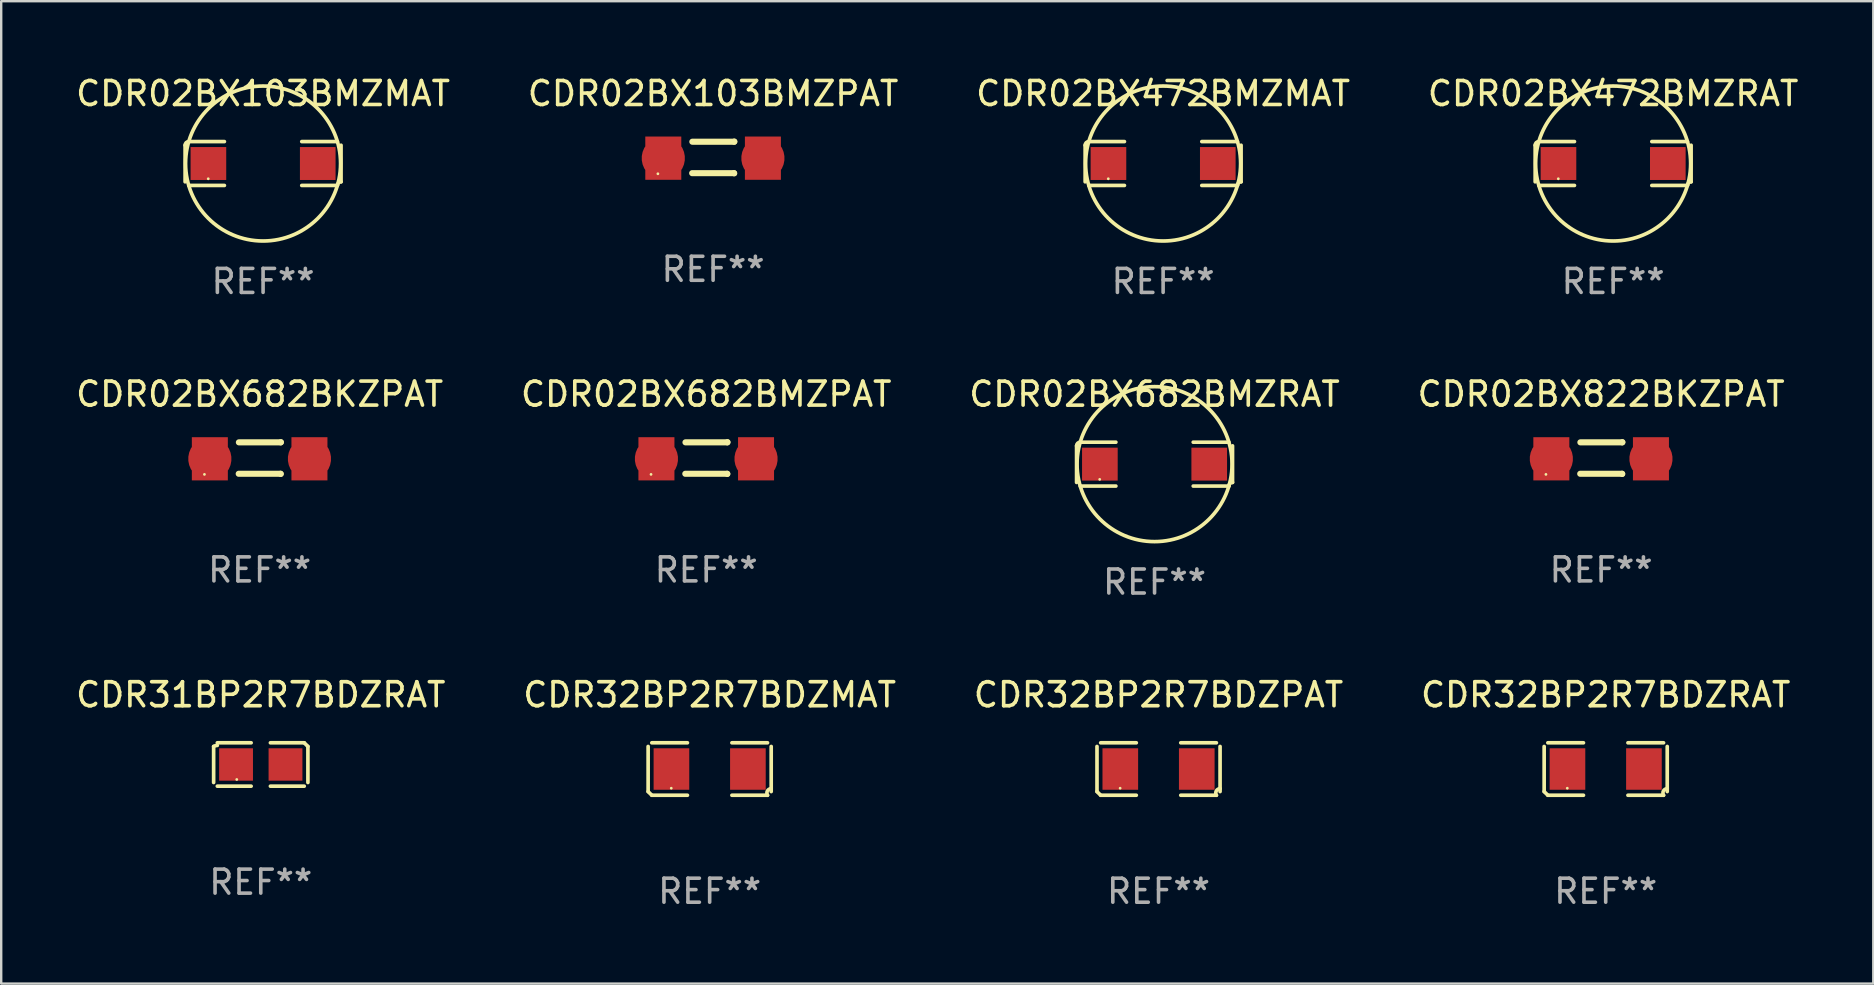
<source format=kicad_pcb>
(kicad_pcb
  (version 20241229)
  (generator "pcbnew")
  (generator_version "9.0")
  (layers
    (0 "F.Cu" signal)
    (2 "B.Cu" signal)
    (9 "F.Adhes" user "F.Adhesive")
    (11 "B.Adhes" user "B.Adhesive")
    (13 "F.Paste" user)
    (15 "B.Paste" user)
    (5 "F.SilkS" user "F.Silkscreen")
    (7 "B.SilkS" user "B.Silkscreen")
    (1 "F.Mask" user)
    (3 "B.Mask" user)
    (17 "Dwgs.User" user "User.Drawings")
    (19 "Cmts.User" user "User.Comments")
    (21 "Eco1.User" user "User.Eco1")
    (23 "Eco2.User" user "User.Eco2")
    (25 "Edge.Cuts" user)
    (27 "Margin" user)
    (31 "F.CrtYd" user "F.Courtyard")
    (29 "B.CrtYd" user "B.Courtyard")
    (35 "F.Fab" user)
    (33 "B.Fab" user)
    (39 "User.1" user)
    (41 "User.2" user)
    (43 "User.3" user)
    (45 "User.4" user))
  (footprint "CDR02BX682BMZPAT"
    (layer "F.Cu")
    (at 26.375 16.035)
    (property "Reference" "CDR02BX682BMZPAT" (at 0 -2.662 0) (layer "F.SilkS") (effects (font (size 1 1) (thickness 0.15))))
    (attr through_hole)
    (fp_line (start -0.872 0.655) (end 0.873 0.655) (stroke (width 0.254) (type solid)) (layer "F.SilkS"))
    (fp_line (start -0.865 -0.655) (end 0.88 -0.655) (stroke (width 0.254) (type solid)) (layer "F.SilkS"))
    (fp_line (start 0.873 0.655) (end 0.88 0.662) (stroke (width 0.254) (type solid)) (layer "F.SilkS"))
    (fp_line (start 0.88 -0.655) (end 0.886 -0.662) (stroke (width 0.254) (type solid)) (layer "F.SilkS"))
    (fp_circle (center -2.3 0.68) (end -2.27 0.68) (stroke (width 0.06) (type solid)) (fill no) (layer "F.SilkS"))
    (fp_text user "REF**" (at 0 4.662 0) (layer "F.Fab") (effects (font (size 1 1) (thickness 0.15))))
    (pad "1" smd custom (at -2.075 0.03 90) (size 1.8 1.5) (layers "F.Cu" "F.Mask" "F.Paste") (options (anchor circle)) (primitives (gr_poly (pts (xy -0.9 0.75) (xy -0.9 -0.75) (xy 0.9 -0.75) (xy 0.9 0.75)) (width 0) (fill yes))))
    (pad "2" smd custom (at 2.075 0.03 90) (size 1.8 1.5) (layers "F.Cu" "F.Mask" "F.Paste") (options (anchor circle)) (primitives (gr_poly (pts (xy -0.9 0.75) (xy -0.9 -0.75) (xy 0.9 -0.75) (xy 0.9 0.75)) (width 0) (fill yes)))))
  (footprint "CDR02BX682BKZPAT"
    (layer "F.Cu")
    (at 7.768 16.035)
    (property "Reference" "CDR02BX682BKZPAT" (at 0 -2.662 0) (layer "F.SilkS") (effects (font (size 1 1) (thickness 0.15))))
    (attr through_hole)
    (fp_line (start -0.872 0.655) (end 0.873 0.655) (stroke (width 0.254) (type solid)) (layer "F.SilkS"))
    (fp_line (start -0.865 -0.655) (end 0.88 -0.655) (stroke (width 0.254) (type solid)) (layer "F.SilkS"))
    (fp_line (start 0.873 0.655) (end 0.88 0.662) (stroke (width 0.254) (type solid)) (layer "F.SilkS"))
    (fp_line (start 0.88 -0.655) (end 0.886 -0.662) (stroke (width 0.254) (type solid)) (layer "F.SilkS"))
    (fp_circle (center -2.3 0.68) (end -2.27 0.68) (stroke (width 0.06) (type solid)) (fill no) (layer "F.SilkS"))
    (fp_text user "REF**" (at 0 4.662 0) (layer "F.Fab") (effects (font (size 1 1) (thickness 0.15))))
    (pad "1" smd custom (at -2.075 0.03 90) (size 1.8 1.5) (layers "F.Cu" "F.Mask" "F.Paste") (options (anchor circle)) (primitives (gr_poly (pts (xy -0.9 0.75) (xy -0.9 -0.75) (xy 0.9 -0.75) (xy 0.9 0.75)) (width 0) (fill yes))))
    (pad "2" smd custom (at 2.075 0.03 90) (size 1.8 1.5) (layers "F.Cu" "F.Mask" "F.Paste") (options (anchor circle)) (primitives (gr_poly (pts (xy -0.9 0.75) (xy -0.9 -0.75) (xy 0.9 -0.75) (xy 0.9 0.75)) (width 0) (fill yes)))))
  (footprint "CDR31BP2R7BDZRAT"
    (layer "F.Cu")
    (at 7.815 28.802)
    (property "Reference" "CDR31BP2R7BDZRAT" (at 0 -2.904 0) (layer "F.SilkS") (effects (font (size 1 1) (thickness 0.15))))
    (attr through_hole)
    (fp_line (start -1.964 0.751) (end -1.964 -0.751) (stroke (width 0.152) (type solid)) (layer "F.SilkS"))
    (fp_line (start -1.811 -0.904) (end -0.401 -0.904) (stroke (width 0.152) (type solid)) (layer "F.SilkS"))
    (fp_line (start -0.401 0.904) (end -1.811 0.904) (stroke (width 0.152) (type solid)) (layer "F.SilkS"))
    (fp_line (start 0.401 0.904) (end 1.811 0.904) (stroke (width 0.152) (type solid)) (layer "F.SilkS"))
    (fp_line (start 1.811 -0.904) (end 0.401 -0.904) (stroke (width 0.152) (type solid)) (layer "F.SilkS"))
    (fp_line (start 1.964 0.751) (end 1.964 -0.751) (stroke (width 0.152) (type solid)) (layer "F.SilkS"))
    (fp_arc (start -1.963602 -0.751207) (mid -1.890354 -0.783131) (end -1.811201 -0.794044) (stroke (width 0.1524) (type solid)) (layer "F.SilkS"))
    (fp_arc (start 1.811202 -0.903607) (mid 1.887413 -0.827418) (end 1.963602 -0.751207) (stroke (width 0.1524) (type solid)) (layer "F.SilkS"))
    (fp_circle (center -1 0.625) (end -0.97 0.625) (stroke (width 0.06) (type solid)) (fill no) (layer "F.SilkS"))
    (fp_text user "REF**" (at 0 4.904 0) (layer "F.Fab") (effects (font (size 1 1) (thickness 0.15))))
    (pad "1" smd rect (at -1.03 0) (size 1.41 1.35) (layers "F.Cu" "F.Mask" "F.Paste"))
    (pad "2" smd rect (at 1.03 0) (size 1.41 1.35) (layers "F.Cu" "F.Mask" "F.Paste")))
  (footprint "CDR02BX472BMZMAT"
    (layer "F.Cu")
    (at 45.411 3.763)
    (property "Reference" "CDR02BX472BMZMAT" (at 0 -2.914 0) (layer "F.SilkS") (effects (font (size 1 1) (thickness 0.15))))
    (attr through_hole)
    (fp_line (start -3.249 -0.762) (end -3.249 0.762) (stroke (width 0.152) (type solid)) (layer "F.SilkS"))
    (fp_line (start -3.096 0.914) (end -1.611 0.914) (stroke (width 0.152) (type solid)) (layer "F.SilkS"))
    (fp_line (start -1.611 -0.914) (end -3.096 -0.914) (stroke (width 0.152) (type solid)) (layer "F.SilkS"))
    (fp_line (start 1.611 -0.914) (end 3.096 -0.914) (stroke (width 0.152) (type solid)) (layer "F.SilkS"))
    (fp_line (start 3.096 0.914) (end 1.611 0.914) (stroke (width 0.152) (type solid)) (layer "F.SilkS"))
    (fp_line (start 3.249 -0.762) (end 3.249 0.762) (stroke (width 0.152) (type solid)) (layer "F.SilkS"))
    (fp_arc (start -3.2486 -0.761999) (mid -3.203963 -0.869762) (end -3.0962 -0.914399) (stroke (width 0.1524) (type solid)) (layer "F.SilkS"))
    (fp_arc (start -3.2486 0.761999) (mid 3.248622 -0.762021) (end -3.2486 0.761999) (stroke (width 0.1524) (type solid)) (layer "F.SilkS"))
    (fp_arc (start 3.0962 -0.914399) (mid -3.096178 0.914377) (end 3.0962 -0.914399) (stroke (width 0.1524) (type solid)) (layer "F.SilkS"))
    (fp_arc (start 3.0962 0.914399) (mid 3.140837 0.806636) (end 3.2486 0.761999) (stroke (width 0.1524) (type solid)) (layer "F.SilkS"))
    (fp_circle (center -2.285 0.635) (end -2.255 0.635) (stroke (width 0.06) (type solid)) (fill no) (layer "F.SilkS"))
    (fp_text user "REF**" (at 0 4.914 0) (layer "F.Fab") (effects (font (size 1 1) (thickness 0.15))))
    (pad "1" smd rect (at -2.278 0) (size 1.485 1.372) (layers "F.Cu" "F.Mask" "F.Paste"))
    (pad "2" smd rect (at 2.278 0) (size 1.485 1.372) (layers "F.Cu" "F.Mask" "F.Paste")))
  (footprint "CDR02BX822BKZPAT"
    (layer "F.Cu")
    (at 63.661 16.035)
    (property "Reference" "CDR02BX822BKZPAT" (at 0 -2.662 0) (layer "F.SilkS") (effects (font (size 1 1) (thickness 0.15))))
    (attr through_hole)
    (fp_line (start -0.872 0.655) (end 0.873 0.655) (stroke (width 0.254) (type solid)) (layer "F.SilkS"))
    (fp_line (start -0.865 -0.655) (end 0.88 -0.655) (stroke (width 0.254) (type solid)) (layer "F.SilkS"))
    (fp_line (start 0.873 0.655) (end 0.88 0.662) (stroke (width 0.254) (type solid)) (layer "F.SilkS"))
    (fp_line (start 0.88 -0.655) (end 0.886 -0.662) (stroke (width 0.254) (type solid)) (layer "F.SilkS"))
    (fp_circle (center -2.3 0.68) (end -2.27 0.68) (stroke (width 0.06) (type solid)) (fill no) (layer "F.SilkS"))
    (fp_text user "REF**" (at 0 4.662 0) (layer "F.Fab") (effects (font (size 1 1) (thickness 0.15))))
    (pad "1" smd custom (at -2.075 0.03 90) (size 1.8 1.5) (layers "F.Cu" "F.Mask" "F.Paste") (options (anchor circle)) (primitives (gr_poly (pts (xy -0.9 0.75) (xy -0.9 -0.75) (xy 0.9 -0.75) (xy 0.9 0.75)) (width 0) (fill yes))))
    (pad "2" smd custom (at 2.075 0.03 90) (size 1.8 1.5) (layers "F.Cu" "F.Mask" "F.Paste") (options (anchor circle)) (primitives (gr_poly (pts (xy -0.9 0.75) (xy -0.9 -0.75) (xy 0.9 -0.75) (xy 0.9 0.75)) (width 0) (fill yes)))))
  (footprint "CDR02BX103BMZPAT"
    (layer "F.Cu")
    (at 26.661 3.51)
    (property "Reference" "CDR02BX103BMZPAT" (at 0 -2.662 0) (layer "F.SilkS") (effects (font (size 1 1) (thickness 0.15))))
    (attr through_hole)
    (fp_line (start -0.872 0.655) (end 0.873 0.655) (stroke (width 0.254) (type solid)) (layer "F.SilkS"))
    (fp_line (start -0.865 -0.655) (end 0.88 -0.655) (stroke (width 0.254) (type solid)) (layer "F.SilkS"))
    (fp_line (start 0.873 0.655) (end 0.88 0.662) (stroke (width 0.254) (type solid)) (layer "F.SilkS"))
    (fp_line (start 0.88 -0.655) (end 0.886 -0.662) (stroke (width 0.254) (type solid)) (layer "F.SilkS"))
    (fp_circle (center -2.3 0.68) (end -2.27 0.68) (stroke (width 0.06) (type solid)) (fill no) (layer "F.SilkS"))
    (fp_text user "REF**" (at 0 4.662 0) (layer "F.Fab") (effects (font (size 1 1) (thickness 0.15))))
    (pad "1" smd custom (at -2.075 0.03 90) (size 1.8 1.5) (layers "F.Cu" "F.Mask" "F.Paste") (options (anchor circle)) (primitives (gr_poly (pts (xy -0.9 0.75) (xy -0.9 -0.75) (xy 0.9 -0.75) (xy 0.9 0.75)) (width 0) (fill yes))))
    (pad "2" smd custom (at 2.075 0.03 90) (size 1.8 1.5) (layers "F.Cu" "F.Mask" "F.Paste") (options (anchor circle)) (primitives (gr_poly (pts (xy -0.9 0.75) (xy -0.9 -0.75) (xy 0.9 -0.75) (xy 0.9 0.75)) (width 0) (fill yes)))))
  (footprint "CDR32BP2R7BDZPAT"
    (layer "F.Cu")
    (at 45.22 28.991)
    (property "Reference" "CDR32BP2R7BDZPAT" (at 0 -3.093 0) (layer "F.SilkS") (effects (font (size 1 1) (thickness 0.15))))
    (attr through_hole)
    (fp_line (start -2.564 0.94) (end -2.564 -0.94) (stroke (width 0.152) (type solid)) (layer "F.SilkS"))
    (fp_line (start -2.411 -1.093) (end -0.926 -1.093) (stroke (width 0.152) (type solid)) (layer "F.SilkS"))
    (fp_line (start -0.926 1.093) (end -2.411 1.093) (stroke (width 0.152) (type solid)) (layer "F.SilkS"))
    (fp_line (start 0.926 1.093) (end 2.411 1.093) (stroke (width 0.152) (type solid)) (layer "F.SilkS"))
    (fp_line (start 2.411 -1.093) (end 0.926 -1.093) (stroke (width 0.152) (type solid)) (layer "F.SilkS"))
    (fp_line (start 2.564 0.94) (end 2.564 -0.94) (stroke (width 0.152) (type solid)) (layer "F.SilkS"))
    (fp_arc (start -2.411201 1.092609) (mid -2.487413 1.01642) (end -2.563602 0.940208) (stroke (width 0.1524) (type solid)) (layer "F.SilkS"))
    (fp_arc (start 2.411201 1.092609) (mid 2.407159 0.911226) (end 2.563602 0.819347) (stroke (width 0.1524) (type solid)) (layer "F.SilkS"))
    (fp_circle (center -1.6 0.8) (end -1.57 0.8) (stroke (width 0.06) (type solid)) (fill no) (layer "F.SilkS"))
    (fp_text user "REF**" (at 0 5.093 0) (layer "F.Fab") (effects (font (size 1 1) (thickness 0.15))))
    (pad "1" smd rect (at -1.593 0) (size 1.485 1.728) (layers "F.Cu" "F.Mask" "F.Paste"))
    (pad "2" smd rect (at 1.593 0) (size 1.485 1.728) (layers "F.Cu" "F.Mask" "F.Paste")))
  (footprint "CDR02BX472BMZRAT"
    (layer "F.Cu")
    (at 64.161 3.763)
    (property "Reference" "CDR02BX472BMZRAT" (at 0 -2.914 0) (layer "F.SilkS") (effects (font (size 1 1) (thickness 0.15))))
    (attr through_hole)
    (fp_line (start -3.249 -0.762) (end -3.249 0.762) (stroke (width 0.152) (type solid)) (layer "F.SilkS"))
    (fp_line (start -3.096 0.914) (end -1.611 0.914) (stroke (width 0.152) (type solid)) (layer "F.SilkS"))
    (fp_line (start -1.611 -0.914) (end -3.096 -0.914) (stroke (width 0.152) (type solid)) (layer "F.SilkS"))
    (fp_line (start 1.611 -0.914) (end 3.096 -0.914) (stroke (width 0.152) (type solid)) (layer "F.SilkS"))
    (fp_line (start 3.096 0.914) (end 1.611 0.914) (stroke (width 0.152) (type solid)) (layer "F.SilkS"))
    (fp_line (start 3.249 -0.762) (end 3.249 0.762) (stroke (width 0.152) (type solid)) (layer "F.SilkS"))
    (fp_arc (start -3.2486 -0.761999) (mid -3.203963 -0.869762) (end -3.0962 -0.914399) (stroke (width 0.1524) (type solid)) (layer "F.SilkS"))
    (fp_arc (start -3.2486 0.761999) (mid 3.248622 -0.762021) (end -3.2486 0.761999) (stroke (width 0.1524) (type solid)) (layer "F.SilkS"))
    (fp_arc (start 3.0962 -0.914399) (mid -3.096178 0.914377) (end 3.0962 -0.914399) (stroke (width 0.1524) (type solid)) (layer "F.SilkS"))
    (fp_arc (start 3.0962 0.914399) (mid 3.140837 0.806636) (end 3.2486 0.761999) (stroke (width 0.1524) (type solid)) (layer "F.SilkS"))
    (fp_circle (center -2.285 0.635) (end -2.255 0.635) (stroke (width 0.06) (type solid)) (fill no) (layer "F.SilkS"))
    (fp_text user "REF**" (at 0 4.914 0) (layer "F.Fab") (effects (font (size 1 1) (thickness 0.15))))
    (pad "1" smd rect (at -2.278 0) (size 1.485 1.372) (layers "F.Cu" "F.Mask" "F.Paste"))
    (pad "2" smd rect (at 2.278 0) (size 1.485 1.372) (layers "F.Cu" "F.Mask" "F.Paste")))
  (footprint "CDR02BX682BMZRAT"
    (layer "F.Cu")
    (at 45.054 16.288)
    (property "Reference" "CDR02BX682BMZRAT" (at 0 -2.914 0) (layer "F.SilkS") (effects (font (size 1 1) (thickness 0.15))))
    (attr through_hole)
    (fp_line (start -3.249 -0.762) (end -3.249 0.762) (stroke (width 0.152) (type solid)) (layer "F.SilkS"))
    (fp_line (start -3.096 0.914) (end -1.611 0.914) (stroke (width 0.152) (type solid)) (layer "F.SilkS"))
    (fp_line (start -1.611 -0.914) (end -3.096 -0.914) (stroke (width 0.152) (type solid)) (layer "F.SilkS"))
    (fp_line (start 1.611 -0.914) (end 3.096 -0.914) (stroke (width 0.152) (type solid)) (layer "F.SilkS"))
    (fp_line (start 3.096 0.914) (end 1.611 0.914) (stroke (width 0.152) (type solid)) (layer "F.SilkS"))
    (fp_line (start 3.249 -0.762) (end 3.249 0.762) (stroke (width 0.152) (type solid)) (layer "F.SilkS"))
    (fp_arc (start -3.2486 -0.761999) (mid -3.203963 -0.869762) (end -3.0962 -0.914399) (stroke (width 0.1524) (type solid)) (layer "F.SilkS"))
    (fp_arc (start -3.2486 0.761999) (mid 3.248622 -0.762021) (end -3.2486 0.761999) (stroke (width 0.1524) (type solid)) (layer "F.SilkS"))
    (fp_arc (start 3.0962 -0.914399) (mid -3.096178 0.914377) (end 3.0962 -0.914399) (stroke (width 0.1524) (type solid)) (layer "F.SilkS"))
    (fp_arc (start 3.0962 0.914399) (mid 3.140837 0.806636) (end 3.2486 0.761999) (stroke (width 0.1524) (type solid)) (layer "F.SilkS"))
    (fp_circle (center -2.285 0.635) (end -2.255 0.635) (stroke (width 0.06) (type solid)) (fill no) (layer "F.SilkS"))
    (fp_text user "REF**" (at 0 4.914 0) (layer "F.Fab") (effects (font (size 1 1) (thickness 0.15))))
    (pad "1" smd rect (at -2.278 0) (size 1.485 1.372) (layers "F.Cu" "F.Mask" "F.Paste"))
    (pad "2" smd rect (at 2.278 0) (size 1.485 1.372) (layers "F.Cu" "F.Mask" "F.Paste")))
  (footprint "CDR32BP2R7BDZMAT"
    (layer "F.Cu")
    (at 26.518 28.991)
    (property "Reference" "CDR32BP2R7BDZMAT" (at 0 -3.093 0) (layer "F.SilkS") (effects (font (size 1 1) (thickness 0.15))))
    (attr through_hole)
    (fp_line (start -2.564 0.94) (end -2.564 -0.94) (stroke (width 0.152) (type solid)) (layer "F.SilkS"))
    (fp_line (start -2.411 -1.093) (end -0.926 -1.093) (stroke (width 0.152) (type solid)) (layer "F.SilkS"))
    (fp_line (start -0.926 1.093) (end -2.411 1.093) (stroke (width 0.152) (type solid)) (layer "F.SilkS"))
    (fp_line (start 0.926 1.093) (end 2.411 1.093) (stroke (width 0.152) (type solid)) (layer "F.SilkS"))
    (fp_line (start 2.411 -1.093) (end 0.926 -1.093) (stroke (width 0.152) (type solid)) (layer "F.SilkS"))
    (fp_line (start 2.564 0.94) (end 2.564 -0.94) (stroke (width 0.152) (type solid)) (layer "F.SilkS"))
    (fp_arc (start -2.411201 1.092609) (mid -2.487413 1.01642) (end -2.563602 0.940208) (stroke (width 0.1524) (type solid)) (layer "F.SilkS"))
    (fp_arc (start 2.411201 1.092609) (mid 2.407159 0.911226) (end 2.563602 0.819347) (stroke (width 0.1524) (type solid)) (layer "F.SilkS"))
    (fp_circle (center -1.6 0.8) (end -1.57 0.8) (stroke (width 0.06) (type solid)) (fill no) (layer "F.SilkS"))
    (fp_text user "REF**" (at 0 5.093 0) (layer "F.Fab") (effects (font (size 1 1) (thickness 0.15))))
    (pad "1" smd rect (at -1.593 0) (size 1.485 1.728) (layers "F.Cu" "F.Mask" "F.Paste"))
    (pad "2" smd rect (at 1.593 0) (size 1.485 1.728) (layers "F.Cu" "F.Mask" "F.Paste")))
  (footprint "CDR02BX103BMZMAT"
    (layer "F.Cu")
    (at 7.911 3.763)
    (property "Reference" "CDR02BX103BMZMAT" (at 0 -2.914 0) (layer "F.SilkS") (effects (font (size 1 1) (thickness 0.15))))
    (attr through_hole)
    (fp_line (start -3.249 -0.762) (end -3.249 0.762) (stroke (width 0.152) (type solid)) (layer "F.SilkS"))
    (fp_line (start -3.096 0.914) (end -1.611 0.914) (stroke (width 0.152) (type solid)) (layer "F.SilkS"))
    (fp_line (start -1.611 -0.914) (end -3.096 -0.914) (stroke (width 0.152) (type solid)) (layer "F.SilkS"))
    (fp_line (start 1.611 -0.914) (end 3.096 -0.914) (stroke (width 0.152) (type solid)) (layer "F.SilkS"))
    (fp_line (start 3.096 0.914) (end 1.611 0.914) (stroke (width 0.152) (type solid)) (layer "F.SilkS"))
    (fp_line (start 3.249 -0.762) (end 3.249 0.762) (stroke (width 0.152) (type solid)) (layer "F.SilkS"))
    (fp_arc (start -3.2486 -0.761999) (mid -3.203963 -0.869762) (end -3.0962 -0.914399) (stroke (width 0.1524) (type solid)) (layer "F.SilkS"))
    (fp_arc (start -3.2486 0.761999) (mid 3.248622 -0.762021) (end -3.2486 0.761999) (stroke (width 0.1524) (type solid)) (layer "F.SilkS"))
    (fp_arc (start 3.0962 -0.914399) (mid -3.096178 0.914377) (end 3.0962 -0.914399) (stroke (width 0.1524) (type solid)) (layer "F.SilkS"))
    (fp_arc (start 3.0962 0.914399) (mid 3.140837 0.806636) (end 3.2486 0.761999) (stroke (width 0.1524) (type solid)) (layer "F.SilkS"))
    (fp_circle (center -2.285 0.635) (end -2.255 0.635) (stroke (width 0.06) (type solid)) (fill no) (layer "F.SilkS"))
    (fp_text user "REF**" (at 0 4.914 0) (layer "F.Fab") (effects (font (size 1 1) (thickness 0.15))))
    (pad "1" smd rect (at -2.278 0) (size 1.485 1.372) (layers "F.Cu" "F.Mask" "F.Paste"))
    (pad "2" smd rect (at 2.278 0) (size 1.485 1.372) (layers "F.Cu" "F.Mask" "F.Paste")))
  (footprint "CDR32BP2R7BDZRAT"
    (layer "F.Cu")
    (at 63.851 28.991)
    (property "Reference" "CDR32BP2R7BDZRAT" (at 0 -3.093 0) (layer "F.SilkS") (effects (font (size 1 1) (thickness 0.15))))
    (attr through_hole)
    (fp_line (start -2.564 0.94) (end -2.564 -0.94) (stroke (width 0.152) (type solid)) (layer "F.SilkS"))
    (fp_line (start -2.411 -1.093) (end -0.926 -1.093) (stroke (width 0.152) (type solid)) (layer "F.SilkS"))
    (fp_line (start -0.926 1.093) (end -2.411 1.093) (stroke (width 0.152) (type solid)) (layer "F.SilkS"))
    (fp_line (start 0.926 1.093) (end 2.411 1.093) (stroke (width 0.152) (type solid)) (layer "F.SilkS"))
    (fp_line (start 2.411 -1.093) (end 0.926 -1.093) (stroke (width 0.152) (type solid)) (layer "F.SilkS"))
    (fp_line (start 2.564 0.94) (end 2.564 -0.94) (stroke (width 0.152) (type solid)) (layer "F.SilkS"))
    (fp_arc (start -2.411201 1.092609) (mid -2.487413 1.01642) (end -2.563602 0.940208) (stroke (width 0.1524) (type solid)) (layer "F.SilkS"))
    (fp_arc (start 2.411201 1.092609) (mid 2.407159 0.911226) (end 2.563602 0.819347) (stroke (width 0.1524) (type solid)) (layer "F.SilkS"))
    (fp_circle (center -1.6 0.8) (end -1.57 0.8) (stroke (width 0.06) (type solid)) (fill no) (layer "F.SilkS"))
    (fp_text user "REF**" (at 0 5.093 0) (layer "F.Fab") (effects (font (size 1 1) (thickness 0.15))))
    (pad "1" smd rect (at -1.593 0) (size 1.485 1.728) (layers "F.Cu" "F.Mask" "F.Paste"))
    (pad "2" smd rect (at 1.593 0) (size 1.485 1.728) (layers "F.Cu" "F.Mask" "F.Paste")))
  (gr_rect
    (start -3 -3)
    (end 75 37.932)
    (stroke (width 0.1) (type default))
    (fill no)
    (layer "Edge.Cuts")))
</source>
